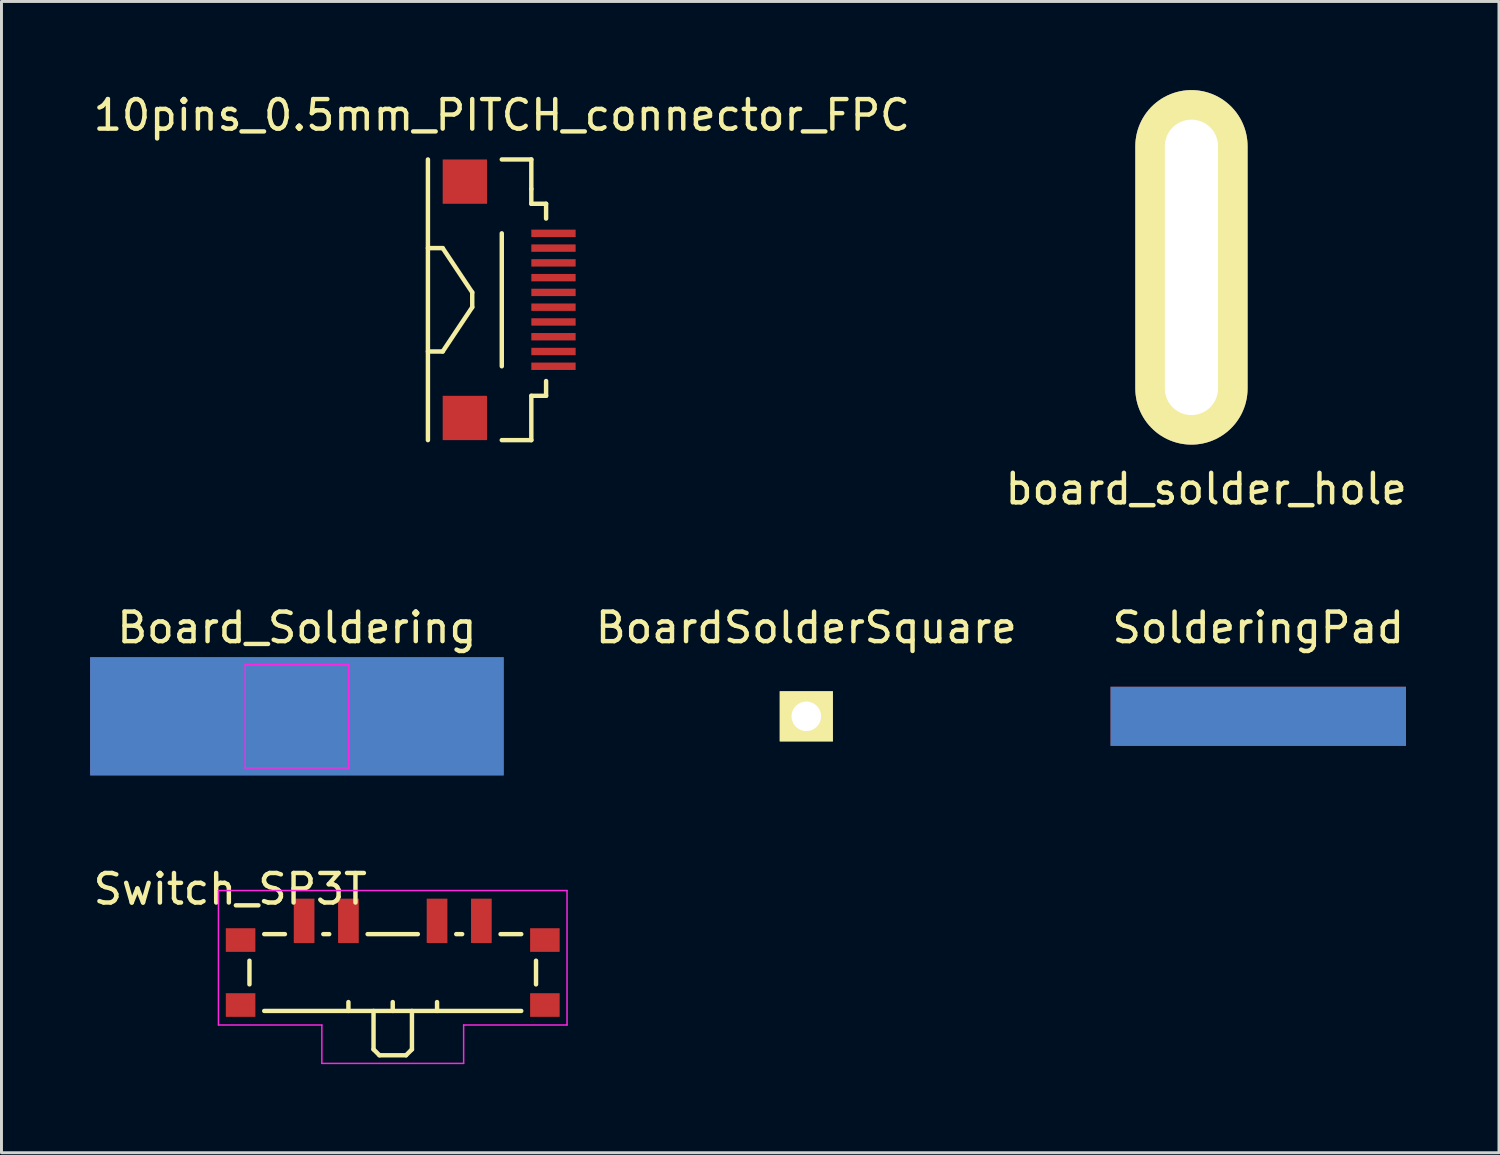
<source format=kicad_pcb>
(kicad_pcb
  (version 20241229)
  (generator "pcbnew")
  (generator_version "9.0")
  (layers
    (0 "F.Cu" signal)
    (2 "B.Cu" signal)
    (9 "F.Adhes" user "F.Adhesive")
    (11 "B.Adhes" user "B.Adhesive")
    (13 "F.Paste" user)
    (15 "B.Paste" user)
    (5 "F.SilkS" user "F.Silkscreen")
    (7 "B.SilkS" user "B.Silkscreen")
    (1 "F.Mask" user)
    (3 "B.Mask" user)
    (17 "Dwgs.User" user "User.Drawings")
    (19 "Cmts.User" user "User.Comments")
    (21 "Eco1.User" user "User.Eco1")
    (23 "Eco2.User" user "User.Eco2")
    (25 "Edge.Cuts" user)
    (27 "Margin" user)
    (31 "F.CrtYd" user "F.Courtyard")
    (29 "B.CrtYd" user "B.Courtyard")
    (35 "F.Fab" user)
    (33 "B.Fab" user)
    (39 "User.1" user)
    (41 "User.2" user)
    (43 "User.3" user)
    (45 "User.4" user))
  (footprint "Switch_SP3T"
    (layer "F.Cu")
    (at 10.244 29.545)
    (property "Reference" "Switch_SP3T" (at -5.5 -2.5 0) (layer "F.SilkS") (effects (font (size 1 1) (thickness 0.15))))
    (attr smd)
    (fp_line (start -4.85 -0.075) (end -4.85 0.725) (stroke (width 0.15) (type solid)) (layer "F.SilkS"))
    (fp_line (start -4.35 -0.975) (end -3.65 -0.975) (stroke (width 0.15) (type solid)) (layer "F.SilkS"))
    (fp_line (start -4.35 1.625) (end 4.35 1.625) (stroke (width 0.15) (type solid)) (layer "F.SilkS"))
    (fp_line (start -2.35 -0.975) (end -2.15 -0.975) (stroke (width 0.15) (type solid)) (layer "F.SilkS"))
    (fp_line (start -1.5 1.625) (end -1.5 1.325) (stroke (width 0.15) (type solid)) (layer "F.SilkS"))
    (fp_line (start -0.85 -0.975) (end 0.85 -0.975) (stroke (width 0.15) (type solid)) (layer "F.SilkS"))
    (fp_line (start -0.65 1.625) (end -0.65 2.925) (stroke (width 0.15) (type solid)) (layer "F.SilkS"))
    (fp_line (start -0.65 2.925) (end -0.45 3.125) (stroke (width 0.15) (type solid)) (layer "F.SilkS"))
    (fp_line (start 0 1.325) (end 0 1.625) (stroke (width 0.15) (type solid)) (layer "F.SilkS"))
    (fp_line (start 0.45 3.125) (end -0.45 3.125) (stroke (width 0.15) (type solid)) (layer "F.SilkS"))
    (fp_line (start 0.65 2.925) (end 0.45 3.125) (stroke (width 0.15) (type solid)) (layer "F.SilkS"))
    (fp_line (start 0.65 2.925) (end 0.65 1.625) (stroke (width 0.15) (type solid)) (layer "F.SilkS"))
    (fp_line (start 1.5 1.325) (end 1.5 1.625) (stroke (width 0.15) (type solid)) (layer "F.SilkS"))
    (fp_line (start 2.15 -0.975) (end 2.35 -0.975) (stroke (width 0.15) (type solid)) (layer "F.SilkS"))
    (fp_line (start 3.65 -0.975) (end 4.35 -0.975) (stroke (width 0.15) (type solid)) (layer "F.SilkS"))
    (fp_line (start 4.85 0.725) (end 4.85 -0.075) (stroke (width 0.15) (type solid)) (layer "F.SilkS"))
    (fp_line (start -5.9 -2.45) (end 5.9 -2.45) (stroke (width 0.05) (type solid)) (layer "F.CrtYd"))
    (fp_line (start -5.9 2.1) (end -5.9 -2.45) (stroke (width 0.05) (type solid)) (layer "F.CrtYd"))
    (fp_line (start -2.4 2.1) (end -5.9 2.1) (stroke (width 0.05) (type solid)) (layer "F.CrtYd"))
    (fp_line (start -2.4 3.4) (end -2.4 2.1) (stroke (width 0.05) (type solid)) (layer "F.CrtYd"))
    (fp_line (start 2.4 2.1) (end 2.4 3.4) (stroke (width 0.05) (type solid)) (layer "F.CrtYd"))
    (fp_line (start 2.4 3.4) (end -2.4 3.4) (stroke (width 0.05) (type solid)) (layer "F.CrtYd"))
    (fp_line (start 5.9 -2.45) (end 5.9 2.1) (stroke (width 0.05) (type solid)) (layer "F.CrtYd"))
    (fp_line (start 5.9 2.1) (end 2.4 2.1) (stroke (width 0.05) (type solid)) (layer "F.CrtYd"))
    (pad "" smd rect (at -5.15 -0.775) (size 1 0.8) (layers "F.Cu" "F.Mask" "F.Paste"))
    (pad "" smd rect (at -5.15 1.425) (size 1 0.8) (layers "F.Cu" "F.Mask" "F.Paste"))
    (pad "" smd rect (at 5.15 -0.775) (size 1 0.8) (layers "F.Cu" "F.Mask" "F.Paste"))
    (pad "" smd rect (at 5.15 1.425) (size 1 0.8) (layers "F.Cu" "F.Mask" "F.Paste"))
    (pad "1" smd rect (at -3 -1.425) (size 0.7 1.5) (layers "F.Cu" "F.Mask" "F.Paste"))
    (pad "2" smd rect (at -1.5 -1.425) (size 0.7 1.5) (layers "F.Cu" "F.Mask" "F.Paste"))
    (pad "3" smd rect (at 1.5 -1.425) (size 0.7 1.5) (layers "F.Cu" "F.Mask" "F.Paste"))
    (pad "4" smd rect (at 3 -1.425) (size 0.7 1.5) (layers "F.Cu" "F.Mask" "F.Paste")))
  (footprint "board_solder_hole"
    (layer "F.Cu")
    (at 37.28 6)
    (property "Reference" "board_solder_hole" (at 0.5 7.5 0) (layer "F.SilkS") (effects (font (size 1 1) (thickness 0.15))))
    (attr through_hole)
    (pad "#" thru_hole oval (at 0 0) (size 3.8 12) (drill oval 1.8 10) (layers "*.Cu" "*.Mask" "F.SilkS")))
  (footprint "BoardSolderSquare"
    (layer "F.Cu")
    (at 24.244 21.197)
    (property "Reference" "BoardSolderSquare" (at 0 -3 0) (layer "F.SilkS") (effects (font (size 1 1) (thickness 0.15))))
    (attr exclude_from_pos_files exclude_from_bom)
    (pad "" thru_hole rect (at 0 0) (size 1.8 1.7) (drill 1) (layers "*.Cu" "*.Mask" "F.SilkS")))
  (footprint "10pins_0.5mm_PITCH_connector_FPC"
    (layer "F.Cu")
    (at 13.935 6.848)
    (property "Reference" "10pins_0.5mm_PITCH_connector_FPC" (at 0 -6 0) (layer "F.SilkS") (effects (font (size 1 1) (thickness 0.15))))
    (attr smd)
    (fp_line (start -2.5 -4.5) (end -2.5 5) (stroke (width 0.15) (type solid)) (layer "F.SilkS"))
    (fp_line (start -2 -1.5) (end -2.5 -1.5) (stroke (width 0.15) (type solid)) (layer "F.SilkS"))
    (fp_line (start -2 2) (end -2.5 2) (stroke (width 0.15) (type solid)) (layer "F.SilkS"))
    (fp_line (start -1 0) (end -2 -1.5) (stroke (width 0.15) (type solid)) (layer "F.SilkS"))
    (fp_line (start -1 0.5) (end -2 2) (stroke (width 0.15) (type solid)) (layer "F.SilkS"))
    (fp_line (start -1 0.5) (end -1 0) (stroke (width 0.15) (type solid)) (layer "F.SilkS"))
    (fp_line (start 0 -2) (end 0 2.5) (stroke (width 0.15) (type solid)) (layer "F.SilkS"))
    (fp_line (start 1 -4.5) (end 0 -4.5) (stroke (width 0.15) (type solid)) (layer "F.SilkS"))
    (fp_line (start 1 -3.5) (end 1 -4.5) (stroke (width 0.15) (type solid)) (layer "F.SilkS"))
    (fp_line (start 1 -3.5) (end 1 -3) (stroke (width 0.15) (type solid)) (layer "F.SilkS"))
    (fp_line (start 1 -3) (end 1.5 -3) (stroke (width 0.15) (type solid)) (layer "F.SilkS"))
    (fp_line (start 1 3.5) (end 1 5) (stroke (width 0.15) (type solid)) (layer "F.SilkS"))
    (fp_line (start 1 5) (end 0 5) (stroke (width 0.15) (type solid)) (layer "F.SilkS"))
    (fp_line (start 1.5 -3) (end 1.5 -2.5) (stroke (width 0.15) (type solid)) (layer "F.SilkS"))
    (fp_line (start 1.5 3) (end 1.5 3.5) (stroke (width 0.15) (type solid)) (layer "F.SilkS"))
    (fp_line (start 1.5 3.5) (end 1 3.5) (stroke (width 0.15) (type solid)) (layer "F.SilkS"))
    (pad "" smd rect (at -1.5 -4) (size 1.5 1.5) (drill (offset 0.25 0.25)) (layers "F.Cu" "F.Mask" "F.Paste"))
    (pad "" smd rect (at -1.5 4) (size 1.5 1.5) (drill (offset 0.25 0.25)) (layers "F.Cu" "F.Mask" "F.Paste"))
    (pad "1" smd rect (at 1.75 -2) (size 1.5 0.25) (layers "F.Cu" "F.Mask" "F.Paste"))
    (pad "2" smd rect (at 1.75 -1.5) (size 1.5 0.25) (layers "F.Cu" "F.Mask" "F.Paste"))
    (pad "3" smd rect (at 1.75 -1) (size 1.5 0.25) (layers "F.Cu" "F.Mask" "F.Paste"))
    (pad "4" smd rect (at 1.75 -0.5) (size 1.5 0.25) (layers "F.Cu" "F.Mask" "F.Paste"))
    (pad "5" smd rect (at 1.75 0) (size 1.5 0.25) (layers "F.Cu" "F.Mask" "F.Paste"))
    (pad "6" smd rect (at 1.75 0.5) (size 1.5 0.25) (layers "F.Cu" "F.Mask" "F.Paste"))
    (pad "7" smd rect (at 1.75 1) (size 1.5 0.25) (layers "F.Cu" "F.Mask" "F.Paste"))
    (pad "8" smd rect (at 1.75 1.5) (size 1.5 0.25) (layers "F.Cu" "F.Mask" "F.Paste"))
    (pad "9" smd rect (at 1.75 2) (size 1.5 0.25) (layers "F.Cu" "F.Mask" "F.Paste"))
    (pad "10" smd rect (at 1.75 2.5) (size 1.5 0.25) (layers "F.Cu" "F.Mask" "F.Paste")))
  (footprint "SolderingPad"
    (layer "F.Cu")
    (at 39.542 21.197)
    (property "Reference" "SolderingPad" (at 0 -3 0) (layer "F.SilkS") (effects (font (size 1 1) (thickness 0.15))))
    (attr exclude_from_pos_files exclude_from_bom)
    (pad "" smd rect (at 0 0) (size 10 2) (layers "F.Cu" "F.Mask"))
    (pad "" smd rect (at 0 0) (size 10 2) (layers "F.Mask" "B.Cu")))
  (footprint "Board_Soldering"
    (layer "F.Cu")
    (at 7 21.197)
    (property "Reference" "Board_Soldering" (at 0 -3 0) (layer "F.SilkS") (effects (font (size 1 1) (thickness 0.15))))
    (attr exclude_from_pos_files exclude_from_bom)
    (fp_line (start -1.75 -1.75) (end 1.75 -1.75) (stroke (width 0.05) (type solid)) (layer "F.CrtYd"))
    (fp_line (start -1.75 1.75) (end -1.75 -1.75) (stroke (width 0.05) (type solid)) (layer "F.CrtYd"))
    (fp_line (start 1.75 -1.75) (end 1.75 1.75) (stroke (width 0.05) (type solid)) (layer "F.CrtYd"))
    (fp_line (start 1.75 1.75) (end -1.75 1.75) (stroke (width 0.05) (type solid)) (layer "F.CrtYd"))
    (pad "1" smd rect (at 0 0) (size 14 4) (layers "F.Cu" "F.Mask"))
    (pad "2" smd rect (at 0 0) (size 14 4) (layers "B.Cu" "B.Mask")))
  (gr_rect
    (start -3 -3)
    (end 47.69 35.97)
    (stroke (width 0.1) (type default))
    (fill no)
    (layer "Edge.Cuts")))
</source>
